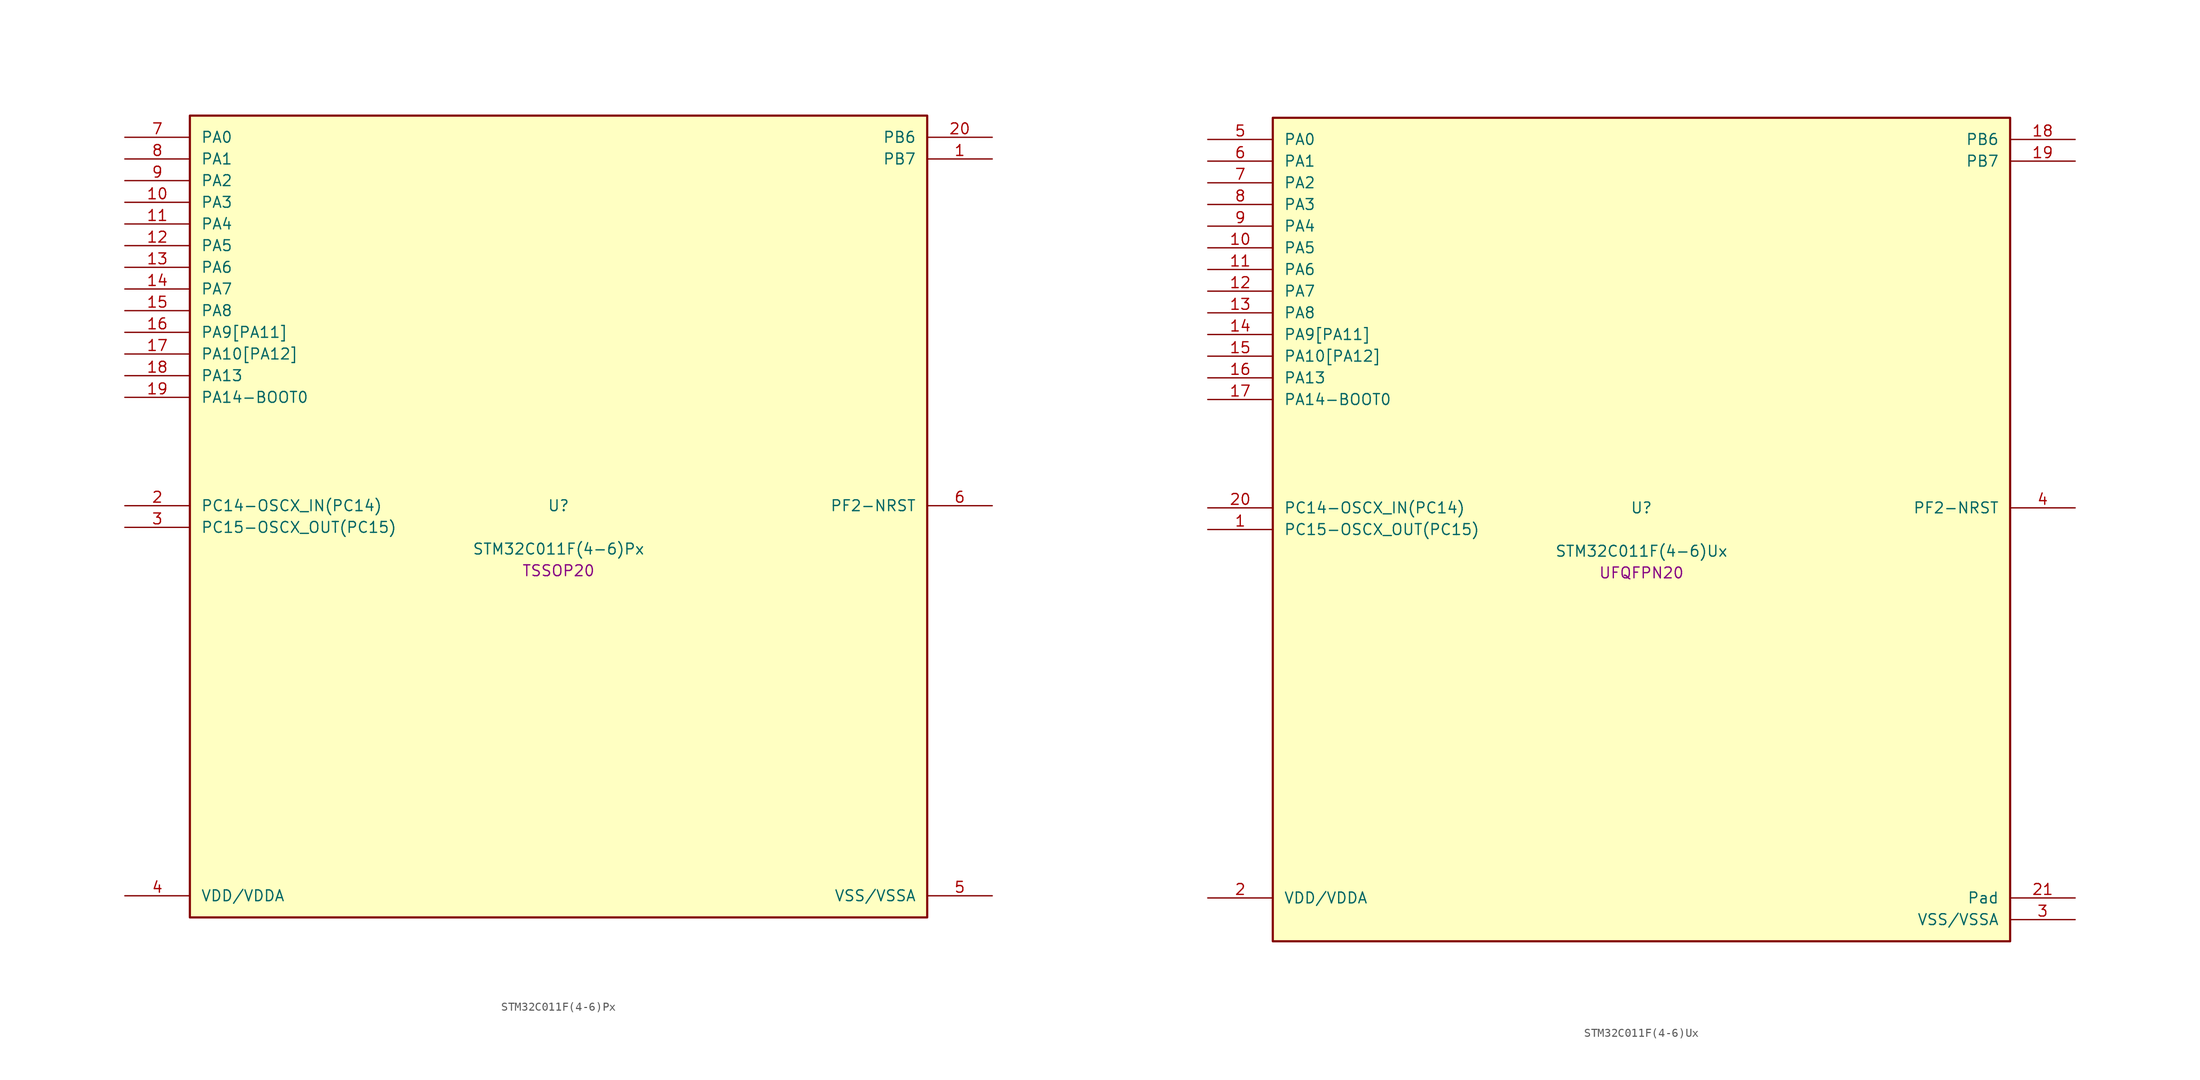
<source format=kicad_sym>
(kicad_symbol_lib
  (version 20241209)
  (generator "stm32_pkl_generator")
  (generator_version "1.0")
  (symbol "STM32C011F(4-6)Px"
    (pin_names
      (offset 1.27))
    (property "Reference" "U"
      (at 0 2.54 0))
    (property "Value" "STM32C011F(4-6)Px"
      (at 0 -2.54 0))
    (property "Footprint" "TSSOP20"
      (at 0 -5.08 0))
    (symbol "STM32C011F(4-6)Px_1_1"
      (rectangle (start -43.18 48.26) (end 43.18 -45.72) (stroke (width 0.254) (type solid)) (fill (type background)))
      (pin bidirectional line (at -50.8 45.72 0) (length 7.62) (name "PA0") (number "7") (alternate "PA0/ADC1_IN0" bidirectional line) (alternate "PA0/PWR_WKUP1" bidirectional line) (alternate "PA0/TIM16_CH1" bidirectional line) (alternate "PA0/TIM1_CH1" bidirectional line) (alternate "PA0/USART1_TX" bidirectional line) (alternate "PA0/USART2_CTS" bidirectional line) (alternate "PA0/USART2_NSS" bidirectional line))
      (pin bidirectional line (at -50.8 43.18 0) (length 7.62) (name "PA1") (number "8") (alternate "PA1/ADC1_IN1" bidirectional line) (alternate "PA1/I2C1_SMBA" bidirectional line) (alternate "PA1/I2S1_CK" bidirectional line) (alternate "PA1/SPI1_SCK" bidirectional line) (alternate "PA1/TIM17_CH1" bidirectional line) (alternate "PA1/TIM1_CH2" bidirectional line) (alternate "PA1/USART1_RX" bidirectional line) (alternate "PA1/USART2_CK" bidirectional line) (alternate "PA1/USART2_DE" bidirectional line) (alternate "PA1/USART2_RTS" bidirectional line))
      (pin bidirectional line (at -50.8 40.64 0) (length 7.62) (name "PA2") (number "9") (alternate "PA2/ADC1_IN2" bidirectional line) (alternate "PA2/I2S1_SD" bidirectional line) (alternate "PA2/PWR_WKUP4" bidirectional line) (alternate "PA2/RCC_LSCO" bidirectional line) (alternate "PA2/SPI1_MOSI" bidirectional line) (alternate "PA2/TIM16_CH1N" bidirectional line) (alternate "PA2/TIM1_CH3" bidirectional line) (alternate "PA2/TIM3_ETR" bidirectional line) (alternate "PA2/USART2_TX" bidirectional line))
      (pin bidirectional line (at -50.8 38.1 0) (length 7.62) (name "PA3") (number "10") (alternate "PA3/ADC1_IN3" bidirectional line) (alternate "PA3/TIM1_CH1N" bidirectional line) (alternate "PA3/TIM1_CH4" bidirectional line) (alternate "PA3/USART2_RX" bidirectional line))
      (pin bidirectional line (at -50.8 35.56 0) (length 7.62) (name "PA4") (number "11") (alternate "PA4/ADC1_IN4" bidirectional line) (alternate "PA4/I2S1_WS" bidirectional line) (alternate "PA4/PWR_WKUP2" bidirectional line) (alternate "PA4/RTC_OUT1" bidirectional line) (alternate "PA4/RTC_TS" bidirectional line) (alternate "PA4/SPI1_NSS" bidirectional line) (alternate "PA4/TIM14_CH1" bidirectional line) (alternate "PA4/TIM17_CH1N" bidirectional line) (alternate "PA4/TIM1_CH2N" bidirectional line) (alternate "PA4/USART2_TX" bidirectional line))
      (pin bidirectional line (at -50.8 33.02 0) (length 7.62) (name "PA5") (number "12") (alternate "PA5/ADC1_IN5" bidirectional line) (alternate "PA5/I2S1_CK" bidirectional line) (alternate "PA5/SPI1_SCK" bidirectional line) (alternate "PA5/TIM1_CH1" bidirectional line) (alternate "PA5/TIM1_CH3N" bidirectional line) (alternate "PA5/USART2_RX" bidirectional line))
      (pin bidirectional line (at -50.8 30.48 0) (length 7.62) (name "PA6") (number "13") (alternate "PA6/ADC1_IN6" bidirectional line) (alternate "PA6/I2S1_MCK" bidirectional line) (alternate "PA6/SPI1_MISO" bidirectional line) (alternate "PA6/TIM16_CH1" bidirectional line) (alternate "PA6/TIM1_BKIN" bidirectional line) (alternate "PA6/TIM3_CH1" bidirectional line))
      (pin bidirectional line (at -50.8 27.94 0) (length 7.62) (name "PA7") (number "14") (alternate "PA7/ADC1_IN7" bidirectional line) (alternate "PA7/I2S1_SD" bidirectional line) (alternate "PA7/SPI1_MOSI" bidirectional line) (alternate "PA7/TIM14_CH1" bidirectional line) (alternate "PA7/TIM17_CH1" bidirectional line) (alternate "PA7/TIM1_CH1N" bidirectional line) (alternate "PA7/TIM3_CH2" bidirectional line))
      (pin bidirectional line (at -50.8 25.4 0) (length 7.62) (name "PA8") (number "15") (alternate "PA8/ADC1_IN8" bidirectional line) (alternate "PA8/I2S1_WS" bidirectional line) (alternate "PA8/RCC_MCO" bidirectional line) (alternate "PA8/RCC_MCO_2" bidirectional line) (alternate "PA8/SPI1_NSS" bidirectional line) (alternate "PA8/TIM14_CH1" bidirectional line) (alternate "PA8/TIM1_CH1" bidirectional line) (alternate "PA8/TIM1_CH2N" bidirectional line) (alternate "PA8/TIM1_CH3N" bidirectional line) (alternate "PA8/TIM3_CH3" bidirectional line) (alternate "PA8/TIM3_CH4" bidirectional line) (alternate "PA8/USART1_RX" bidirectional line) (alternate "PA8/USART2_TX" bidirectional line))
      (pin bidirectional line (at -50.8 22.86 0) (length 7.62) (name "PA9[PA11]") (number "16") (alternate "PA9[PA11]/I2C1_SCL" bidirectional line) (alternate "PA9[PA11]/RCC_MCO" bidirectional line) (alternate "PA9[PA11]/TIM1_CH2" bidirectional line) (alternate "PA9[PA11]/TIM3_ETR" bidirectional line) (alternate "PA9[PA11]/USART1_TX" bidirectional line) (alternate "PA9[PA11]/PA11[PA9]" bidirectional line) (alternate "PA9[PA11]/ADC1_EXTI11" bidirectional line) (alternate "PA9[PA11]/ADC1_IN11" bidirectional line) (alternate "PA9[PA11]/I2S1_MCK" bidirectional line) (alternate "PA9[PA11]/SPI1_MISO" bidirectional line) (alternate "PA9[PA11]/TIM1_BKIN2" bidirectional line) (alternate "PA9[PA11]/TIM1_CH4" bidirectional line) (alternate "PA9[PA11]/USART1_CTS" bidirectional line) (alternate "PA9[PA11]/USART1_NSS" bidirectional line))
      (pin bidirectional line (at -50.8 20.32 0) (length 7.62) (name "PA10[PA12]") (number "17") (alternate "PA10[PA12]/I2C1_SDA" bidirectional line) (alternate "PA10[PA12]/RCC_MCO_2" bidirectional line) (alternate "PA10[PA12]/TIM17_BKIN" bidirectional line) (alternate "PA10[PA12]/TIM1_CH3" bidirectional line) (alternate "PA10[PA12]/USART1_RX" bidirectional line) (alternate "PA10[PA12]/PA12[PA10]" bidirectional line) (alternate "PA10[PA12]/ADC1_IN12" bidirectional line) (alternate "PA10[PA12]/I2S1_SD" bidirectional line) (alternate "PA10[PA12]/I2S_CKIN" bidirectional line) (alternate "PA10[PA12]/SPI1_MOSI" bidirectional line) (alternate "PA10[PA12]/TIM1_ETR" bidirectional line) (alternate "PA10[PA12]/USART1_CK" bidirectional line) (alternate "PA10[PA12]/USART1_DE" bidirectional line) (alternate "PA10[PA12]/USART1_RTS" bidirectional line))
      (pin bidirectional line (at -50.8 17.78 0) (length 7.62) (name "PA13") (number "18") (alternate "PA13/ADC1_IN13" bidirectional line) (alternate "PA13/DEBUG_SWDIO" bidirectional line) (alternate "PA13/IR_OUT" bidirectional line) (alternate "PA13/TIM3_ETR" bidirectional line) (alternate "PA13/USART2_RX" bidirectional line))
      (pin bidirectional line (at -50.8 15.24 0) (length 7.62) (name "PA14-BOOT0") (number "19") (alternate "PA14-BOOT0/ADC1_IN14" bidirectional line) (alternate "PA14-BOOT0/DEBUG_SWCLK" bidirectional line) (alternate "PA14-BOOT0/I2S1_WS" bidirectional line) (alternate "PA14-BOOT0/RCC_MCO_2" bidirectional line) (alternate "PA14-BOOT0/SPI1_NSS" bidirectional line) (alternate "PA14-BOOT0/TIM1_CH1" bidirectional line) (alternate "PA14-BOOT0/USART1_CK" bidirectional line) (alternate "PA14-BOOT0/USART1_DE" bidirectional line) (alternate "PA14-BOOT0/USART1_RTS" bidirectional line) (alternate "PA14-BOOT0/USART2_RX" bidirectional line) (alternate "PA14-BOOT0/USART2_TX" bidirectional line))
      (pin bidirectional line (at 50.8 45.72 180) (length 7.62) (name "PB6") (number "20") (alternate "PB6/I2C1_SCL" bidirectional line) (alternate "PB6/I2C1_SMBA" bidirectional line) (alternate "PB6/I2S1_CK" bidirectional line) (alternate "PB6/I2S1_MCK" bidirectional line) (alternate "PB6/I2S1_SD" bidirectional line) (alternate "PB6/PWR_WKUP3" bidirectional line) (alternate "PB6/SPI1_MISO" bidirectional line) (alternate "PB6/SPI1_MOSI" bidirectional line) (alternate "PB6/SPI1_SCK" bidirectional line) (alternate "PB6/TIM16_BKIN" bidirectional line) (alternate "PB6/TIM16_CH1N" bidirectional line) (alternate "PB6/TIM17_BKIN" bidirectional line) (alternate "PB6/TIM1_CH2" bidirectional line) (alternate "PB6/TIM1_CH3" bidirectional line) (alternate "PB6/TIM3_CH1" bidirectional line) (alternate "PB6/TIM3_CH2" bidirectional line) (alternate "PB6/TIM3_CH3" bidirectional line) (alternate "PB6/USART1_CK" bidirectional line) (alternate "PB6/USART1_CTS" bidirectional line) (alternate "PB6/USART1_DE" bidirectional line) (alternate "PB6/USART1_NSS" bidirectional line) (alternate "PB6/USART1_RTS" bidirectional line) (alternate "PB6/USART1_TX" bidirectional line))
      (pin bidirectional line (at 50.8 43.18 180) (length 7.62) (name "PB7") (number "1") (alternate "PB7/I2C1_SCL" bidirectional line) (alternate "PB7/I2C1_SDA" bidirectional line) (alternate "PB7/RTC_REFIN" bidirectional line) (alternate "PB7/TIM16_CH1" bidirectional line) (alternate "PB7/TIM17_CH1N" bidirectional line) (alternate "PB7/TIM1_CH4" bidirectional line) (alternate "PB7/TIM3_CH1" bidirectional line) (alternate "PB7/TIM3_CH4" bidirectional line) (alternate "PB7/USART1_RX" bidirectional line) (alternate "PB7/USART2_CTS" bidirectional line) (alternate "PB7/USART2_NSS" bidirectional line))
      (pin bidirectional line (at -50.8 2.54 0) (length 7.62) (name "PC14-OSCX_IN(PC14)") (number "2") (alternate "PC14-OSCX_IN(PC14)/I2C1_SDA" bidirectional line) (alternate "PC14-OSCX_IN(PC14)/IR_OUT" bidirectional line) (alternate "PC14-OSCX_IN(PC14)/RCC_OSCX_IN" bidirectional line) (alternate "PC14-OSCX_IN(PC14)/TIM17_CH1" bidirectional line) (alternate "PC14-OSCX_IN(PC14)/TIM1_BKIN2" bidirectional line) (alternate "PC14-OSCX_IN(PC14)/TIM1_ETR" bidirectional line) (alternate "PC14-OSCX_IN(PC14)/TIM3_CH2" bidirectional line) (alternate "PC14-OSCX_IN(PC14)/USART1_TX" bidirectional line) (alternate "PC14-OSCX_IN(PC14)/USART2_CK" bidirectional line) (alternate "PC14-OSCX_IN(PC14)/USART2_DE" bidirectional line) (alternate "PC14-OSCX_IN(PC14)/USART2_RTS" bidirectional line))
      (pin bidirectional line (at -50.8 0 0) (length 7.62) (name "PC15-OSCX_OUT(PC15)") (number "3") (alternate "PC15-OSCX_OUT(PC15)/RCC_OSC32_EN" bidirectional line) (alternate "PC15-OSCX_OUT(PC15)/RCC_OSCX_OUT" bidirectional line) (alternate "PC15-OSCX_OUT(PC15)/RCC_OSC_EN" bidirectional line) (alternate "PC15-OSCX_OUT(PC15)/TIM1_ETR" bidirectional line) (alternate "PC15-OSCX_OUT(PC15)/TIM3_CH3" bidirectional line))
      (pin bidirectional line (at 50.8 2.54 180) (length 7.62) (name "PF2-NRST") (number "6") (alternate "PF2-NRST/RCC_MCO" bidirectional line) (alternate "PF2-NRST/TIM1_CH4" bidirectional line))
      (pin power_in line (at -50.8 -43.18 0) (length 7.62) (name "VDD/VDDA") (number "4"))
      (pin power_in line (at 50.8 -43.18 180) (length 7.62) (name "VSS/VSSA") (number "5"))))
  (symbol "STM32C011F(4-6)Ux"
    (pin_names
      (offset 1.27))
    (property "Reference" "U"
      (at 0 2.54 0))
    (property "Value" "STM32C011F(4-6)Ux"
      (at 0 -2.54 0))
    (property "Footprint" "UFQFPN20"
      (at 0 -5.08 0))
    (symbol "STM32C011F(4-6)Ux_1_1"
      (rectangle (start -43.18 48.26) (end 43.18 -48.26) (stroke (width 0.254) (type solid)) (fill (type background)))
      (pin bidirectional line (at -50.8 45.72 0) (length 7.62) (name "PA0") (number "5") (alternate "PA0/ADC1_IN0" bidirectional line) (alternate "PA0/PWR_WKUP1" bidirectional line) (alternate "PA0/TIM16_CH1" bidirectional line) (alternate "PA0/TIM1_CH1" bidirectional line) (alternate "PA0/USART1_TX" bidirectional line) (alternate "PA0/USART2_CTS" bidirectional line) (alternate "PA0/USART2_NSS" bidirectional line))
      (pin bidirectional line (at -50.8 43.18 0) (length 7.62) (name "PA1") (number "6") (alternate "PA1/ADC1_IN1" bidirectional line) (alternate "PA1/I2C1_SMBA" bidirectional line) (alternate "PA1/I2S1_CK" bidirectional line) (alternate "PA1/SPI1_SCK" bidirectional line) (alternate "PA1/TIM17_CH1" bidirectional line) (alternate "PA1/TIM1_CH2" bidirectional line) (alternate "PA1/USART1_RX" bidirectional line) (alternate "PA1/USART2_CK" bidirectional line) (alternate "PA1/USART2_DE" bidirectional line) (alternate "PA1/USART2_RTS" bidirectional line))
      (pin bidirectional line (at -50.8 40.64 0) (length 7.62) (name "PA2") (number "7") (alternate "PA2/ADC1_IN2" bidirectional line) (alternate "PA2/I2S1_SD" bidirectional line) (alternate "PA2/PWR_WKUP4" bidirectional line) (alternate "PA2/RCC_LSCO" bidirectional line) (alternate "PA2/SPI1_MOSI" bidirectional line) (alternate "PA2/TIM16_CH1N" bidirectional line) (alternate "PA2/TIM1_CH3" bidirectional line) (alternate "PA2/TIM3_ETR" bidirectional line) (alternate "PA2/USART2_TX" bidirectional line))
      (pin bidirectional line (at -50.8 38.1 0) (length 7.62) (name "PA3") (number "8") (alternate "PA3/ADC1_IN3" bidirectional line) (alternate "PA3/TIM1_CH1N" bidirectional line) (alternate "PA3/TIM1_CH4" bidirectional line) (alternate "PA3/USART2_RX" bidirectional line))
      (pin bidirectional line (at -50.8 35.56 0) (length 7.62) (name "PA4") (number "9") (alternate "PA4/ADC1_IN4" bidirectional line) (alternate "PA4/I2S1_WS" bidirectional line) (alternate "PA4/PWR_WKUP2" bidirectional line) (alternate "PA4/RTC_OUT1" bidirectional line) (alternate "PA4/RTC_TS" bidirectional line) (alternate "PA4/SPI1_NSS" bidirectional line) (alternate "PA4/TIM14_CH1" bidirectional line) (alternate "PA4/TIM17_CH1N" bidirectional line) (alternate "PA4/TIM1_CH2N" bidirectional line) (alternate "PA4/USART2_TX" bidirectional line))
      (pin bidirectional line (at -50.8 33.02 0) (length 7.62) (name "PA5") (number "10") (alternate "PA5/ADC1_IN5" bidirectional line) (alternate "PA5/I2S1_CK" bidirectional line) (alternate "PA5/SPI1_SCK" bidirectional line) (alternate "PA5/TIM1_CH1" bidirectional line) (alternate "PA5/TIM1_CH3N" bidirectional line) (alternate "PA5/USART2_RX" bidirectional line))
      (pin bidirectional line (at -50.8 30.48 0) (length 7.62) (name "PA6") (number "11") (alternate "PA6/ADC1_IN6" bidirectional line) (alternate "PA6/I2S1_MCK" bidirectional line) (alternate "PA6/SPI1_MISO" bidirectional line) (alternate "PA6/TIM16_CH1" bidirectional line) (alternate "PA6/TIM1_BKIN" bidirectional line) (alternate "PA6/TIM3_CH1" bidirectional line))
      (pin bidirectional line (at -50.8 27.94 0) (length 7.62) (name "PA7") (number "12") (alternate "PA7/ADC1_IN7" bidirectional line) (alternate "PA7/I2S1_SD" bidirectional line) (alternate "PA7/SPI1_MOSI" bidirectional line) (alternate "PA7/TIM14_CH1" bidirectional line) (alternate "PA7/TIM17_CH1" bidirectional line) (alternate "PA7/TIM1_CH1N" bidirectional line) (alternate "PA7/TIM3_CH2" bidirectional line))
      (pin bidirectional line (at -50.8 25.4 0) (length 7.62) (name "PA8") (number "13") (alternate "PA8/ADC1_IN8" bidirectional line) (alternate "PA8/I2S1_WS" bidirectional line) (alternate "PA8/RCC_MCO" bidirectional line) (alternate "PA8/RCC_MCO_2" bidirectional line) (alternate "PA8/SPI1_NSS" bidirectional line) (alternate "PA8/TIM14_CH1" bidirectional line) (alternate "PA8/TIM1_CH1" bidirectional line) (alternate "PA8/TIM1_CH2N" bidirectional line) (alternate "PA8/TIM1_CH3N" bidirectional line) (alternate "PA8/TIM3_CH3" bidirectional line) (alternate "PA8/TIM3_CH4" bidirectional line) (alternate "PA8/USART1_RX" bidirectional line) (alternate "PA8/USART2_TX" bidirectional line))
      (pin bidirectional line (at -50.8 22.86 0) (length 7.62) (name "PA9[PA11]") (number "14") (alternate "PA9[PA11]/I2C1_SCL" bidirectional line) (alternate "PA9[PA11]/RCC_MCO" bidirectional line) (alternate "PA9[PA11]/TIM1_CH2" bidirectional line) (alternate "PA9[PA11]/TIM3_ETR" bidirectional line) (alternate "PA9[PA11]/USART1_TX" bidirectional line) (alternate "PA9[PA11]/PA11[PA9]" bidirectional line) (alternate "PA9[PA11]/ADC1_EXTI11" bidirectional line) (alternate "PA9[PA11]/ADC1_IN11" bidirectional line) (alternate "PA9[PA11]/I2S1_MCK" bidirectional line) (alternate "PA9[PA11]/SPI1_MISO" bidirectional line) (alternate "PA9[PA11]/TIM1_BKIN2" bidirectional line) (alternate "PA9[PA11]/TIM1_CH4" bidirectional line) (alternate "PA9[PA11]/USART1_CTS" bidirectional line) (alternate "PA9[PA11]/USART1_NSS" bidirectional line))
      (pin bidirectional line (at -50.8 20.32 0) (length 7.62) (name "PA10[PA12]") (number "15") (alternate "PA10[PA12]/I2C1_SDA" bidirectional line) (alternate "PA10[PA12]/RCC_MCO_2" bidirectional line) (alternate "PA10[PA12]/TIM17_BKIN" bidirectional line) (alternate "PA10[PA12]/TIM1_CH3" bidirectional line) (alternate "PA10[PA12]/USART1_RX" bidirectional line) (alternate "PA10[PA12]/PA12[PA10]" bidirectional line) (alternate "PA10[PA12]/ADC1_IN12" bidirectional line) (alternate "PA10[PA12]/I2S1_SD" bidirectional line) (alternate "PA10[PA12]/I2S_CKIN" bidirectional line) (alternate "PA10[PA12]/SPI1_MOSI" bidirectional line) (alternate "PA10[PA12]/TIM1_ETR" bidirectional line) (alternate "PA10[PA12]/USART1_CK" bidirectional line) (alternate "PA10[PA12]/USART1_DE" bidirectional line) (alternate "PA10[PA12]/USART1_RTS" bidirectional line))
      (pin bidirectional line (at -50.8 17.78 0) (length 7.62) (name "PA13") (number "16") (alternate "PA13/ADC1_IN13" bidirectional line) (alternate "PA13/DEBUG_SWDIO" bidirectional line) (alternate "PA13/IR_OUT" bidirectional line) (alternate "PA13/TIM3_ETR" bidirectional line) (alternate "PA13/USART2_RX" bidirectional line))
      (pin bidirectional line (at -50.8 15.24 0) (length 7.62) (name "PA14-BOOT0") (number "17") (alternate "PA14-BOOT0/ADC1_IN14" bidirectional line) (alternate "PA14-BOOT0/DEBUG_SWCLK" bidirectional line) (alternate "PA14-BOOT0/I2S1_WS" bidirectional line) (alternate "PA14-BOOT0/RCC_MCO_2" bidirectional line) (alternate "PA14-BOOT0/SPI1_NSS" bidirectional line) (alternate "PA14-BOOT0/TIM1_CH1" bidirectional line) (alternate "PA14-BOOT0/USART1_CK" bidirectional line) (alternate "PA14-BOOT0/USART1_DE" bidirectional line) (alternate "PA14-BOOT0/USART1_RTS" bidirectional line) (alternate "PA14-BOOT0/USART2_RX" bidirectional line) (alternate "PA14-BOOT0/USART2_TX" bidirectional line))
      (pin bidirectional line (at 50.8 45.72 180) (length 7.62) (name "PB6") (number "18") (alternate "PB6/I2C1_SCL" bidirectional line) (alternate "PB6/I2C1_SMBA" bidirectional line) (alternate "PB6/I2S1_CK" bidirectional line) (alternate "PB6/I2S1_MCK" bidirectional line) (alternate "PB6/I2S1_SD" bidirectional line) (alternate "PB6/PWR_WKUP3" bidirectional line) (alternate "PB6/SPI1_MISO" bidirectional line) (alternate "PB6/SPI1_MOSI" bidirectional line) (alternate "PB6/SPI1_SCK" bidirectional line) (alternate "PB6/TIM16_BKIN" bidirectional line) (alternate "PB6/TIM16_CH1N" bidirectional line) (alternate "PB6/TIM17_BKIN" bidirectional line) (alternate "PB6/TIM1_CH2" bidirectional line) (alternate "PB6/TIM1_CH3" bidirectional line) (alternate "PB6/TIM3_CH1" bidirectional line) (alternate "PB6/TIM3_CH2" bidirectional line) (alternate "PB6/TIM3_CH3" bidirectional line) (alternate "PB6/USART1_CK" bidirectional line) (alternate "PB6/USART1_CTS" bidirectional line) (alternate "PB6/USART1_DE" bidirectional line) (alternate "PB6/USART1_NSS" bidirectional line) (alternate "PB6/USART1_RTS" bidirectional line) (alternate "PB6/USART1_TX" bidirectional line))
      (pin bidirectional line (at 50.8 43.18 180) (length 7.62) (name "PB7") (number "19") (alternate "PB7/I2C1_SCL" bidirectional line) (alternate "PB7/I2C1_SDA" bidirectional line) (alternate "PB7/RTC_REFIN" bidirectional line) (alternate "PB7/TIM16_CH1" bidirectional line) (alternate "PB7/TIM17_CH1N" bidirectional line) (alternate "PB7/TIM1_CH4" bidirectional line) (alternate "PB7/TIM3_CH1" bidirectional line) (alternate "PB7/TIM3_CH4" bidirectional line) (alternate "PB7/USART1_RX" bidirectional line) (alternate "PB7/USART2_CTS" bidirectional line) (alternate "PB7/USART2_NSS" bidirectional line))
      (pin bidirectional line (at -50.8 2.54 0) (length 7.62) (name "PC14-OSCX_IN(PC14)") (number "20") (alternate "PC14-OSCX_IN(PC14)/I2C1_SDA" bidirectional line) (alternate "PC14-OSCX_IN(PC14)/IR_OUT" bidirectional line) (alternate "PC14-OSCX_IN(PC14)/RCC_OSCX_IN" bidirectional line) (alternate "PC14-OSCX_IN(PC14)/TIM17_CH1" bidirectional line) (alternate "PC14-OSCX_IN(PC14)/TIM1_BKIN2" bidirectional line) (alternate "PC14-OSCX_IN(PC14)/TIM1_ETR" bidirectional line) (alternate "PC14-OSCX_IN(PC14)/TIM3_CH2" bidirectional line) (alternate "PC14-OSCX_IN(PC14)/USART1_TX" bidirectional line) (alternate "PC14-OSCX_IN(PC14)/USART2_CK" bidirectional line) (alternate "PC14-OSCX_IN(PC14)/USART2_DE" bidirectional line) (alternate "PC14-OSCX_IN(PC14)/USART2_RTS" bidirectional line))
      (pin bidirectional line (at -50.8 0 0) (length 7.62) (name "PC15-OSCX_OUT(PC15)") (number "1") (alternate "PC15-OSCX_OUT(PC15)/RCC_OSC32_EN" bidirectional line) (alternate "PC15-OSCX_OUT(PC15)/RCC_OSCX_OUT" bidirectional line) (alternate "PC15-OSCX_OUT(PC15)/RCC_OSC_EN" bidirectional line) (alternate "PC15-OSCX_OUT(PC15)/TIM1_ETR" bidirectional line) (alternate "PC15-OSCX_OUT(PC15)/TIM3_CH3" bidirectional line))
      (pin bidirectional line (at 50.8 2.54 180) (length 7.62) (name "PF2-NRST") (number "4") (alternate "PF2-NRST/RCC_MCO" bidirectional line) (alternate "PF2-NRST/TIM1_CH4" bidirectional line))
      (pin power_in line (at -50.8 -43.18 0) (length 7.62) (name "VDD/VDDA") (number "2"))
      (pin passive line (at 50.8 -43.18 180) (length 7.62) (name "Pad") (number "21"))
      (pin power_in line (at 50.8 -45.72 180) (length 7.62) (name "VSS/VSSA") (number "3")))))
</source>
